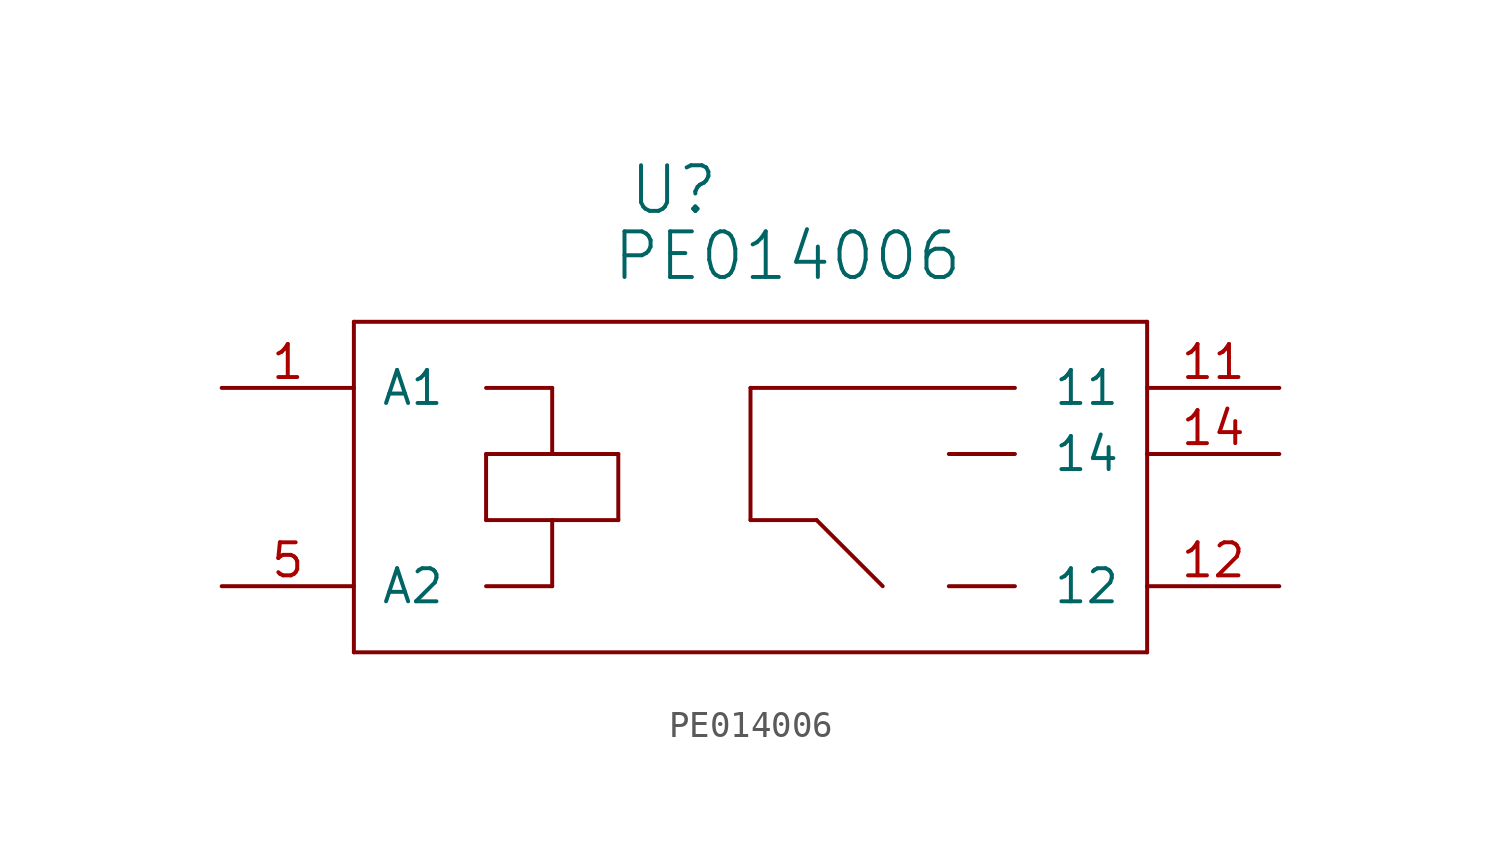
<source format=kicad_sym>
(kicad_symbol_lib
  (version 20231120)
  (generator "kicad_symbol_editor")
  (generator_version "8.0")
  (symbol "PE014006"
    (pin_names
      (offset 1.016))
    (property "Reference" "U"
      (at -2.184 9.119 0)
      (effects (font (size 1.753 1.753)) (justify left bottom)))
    (property "Value" "PE014006"
      (at -2.819 6.579 0)
      (effects (font (size 1.753 1.753)) (justify left bottom)))
    (symbol "PE014006_1_0"
      (polyline (pts (xy -12.7 -7.62) (xy 17.78 -7.62)) (stroke (width 0) (type default)) (fill (type none)))
      (polyline (pts (xy -12.7 5.08) (xy -12.7 -7.62)) (stroke (width 0) (type default)) (fill (type none)))
      (polyline (pts (xy -7.62 -2.54) (xy -7.62 0)) (stroke (width 0) (type default)) (fill (type none)))
      (polyline (pts (xy -7.62 0) (xy -5.08 0)) (stroke (width 0) (type default)) (fill (type none)))
      (polyline (pts (xy -7.62 2.54) (xy -5.08 2.54)) (stroke (width 0) (type default)) (fill (type none)))
      (polyline (pts (xy -5.08 -5.08) (xy -7.62 -5.08)) (stroke (width 0) (type default)) (fill (type none)))
      (polyline (pts (xy -5.08 -2.54) (xy -7.62 -2.54)) (stroke (width 0) (type default)) (fill (type none)))
      (polyline (pts (xy -5.08 -2.54) (xy -5.08 -5.08)) (stroke (width 0) (type default)) (fill (type none)))
      (polyline (pts (xy -5.08 0) (xy -2.54 0)) (stroke (width 0) (type default)) (fill (type none)))
      (polyline (pts (xy -5.08 2.54) (xy -5.08 0)) (stroke (width 0) (type default)) (fill (type none)))
      (polyline (pts (xy -2.54 -2.54) (xy -5.08 -2.54)) (stroke (width 0) (type default)) (fill (type none)))
      (polyline (pts (xy -2.54 0) (xy -2.54 -2.54)) (stroke (width 0) (type default)) (fill (type none)))
      (polyline (pts (xy 2.54 -2.54) (xy 5.08 -2.54)) (stroke (width 0) (type default)) (fill (type none)))
      (polyline (pts (xy 2.54 2.54) (xy 2.54 -2.54)) (stroke (width 0) (type default)) (fill (type none)))
      (polyline (pts (xy 5.08 -2.54) (xy 7.62 -5.08)) (stroke (width 0) (type default)) (fill (type none)))
      (polyline (pts (xy 12.7 -5.08) (xy 10.16 -5.08)) (stroke (width 0) (type default)) (fill (type none)))
      (polyline (pts (xy 12.7 0) (xy 10.16 0)) (stroke (width 0) (type default)) (fill (type none)))
      (polyline (pts (xy 12.7 2.54) (xy 2.54 2.54)) (stroke (width 0) (type default)) (fill (type none)))
      (polyline (pts (xy 17.78 -7.62) (xy 17.78 5.08)) (stroke (width 0) (type default)) (fill (type none)))
      (polyline (pts (xy 17.78 5.08) (xy -12.7 5.08)) (stroke (width 0) (type default)) (fill (type none)))
      (pin passive line (at -17.78 2.54 0) (length 5.08) (name "A1" (effects (font (size 1.27 1.27)))) (number "1" (effects (font (size 1.27 1.27)))))
      (pin passive line (at 22.86 2.54 180) (length 5.08) (name "11" (effects (font (size 1.27 1.27)))) (number "11" (effects (font (size 1.27 1.27)))))
      (pin passive line (at 22.86 -5.08 180) (length 5.08) (name "12" (effects (font (size 1.27 1.27)))) (number "12" (effects (font (size 1.27 1.27)))))
      (pin passive line (at 22.86 0 180) (length 5.08) (name "14" (effects (font (size 1.27 1.27)))) (number "14" (effects (font (size 1.27 1.27)))))
      (pin passive line (at -17.78 -5.08 0) (length 5.08) (name "A2" (effects (font (size 1.27 1.27)))) (number "5" (effects (font (size 1.27 1.27))))))))
</source>
